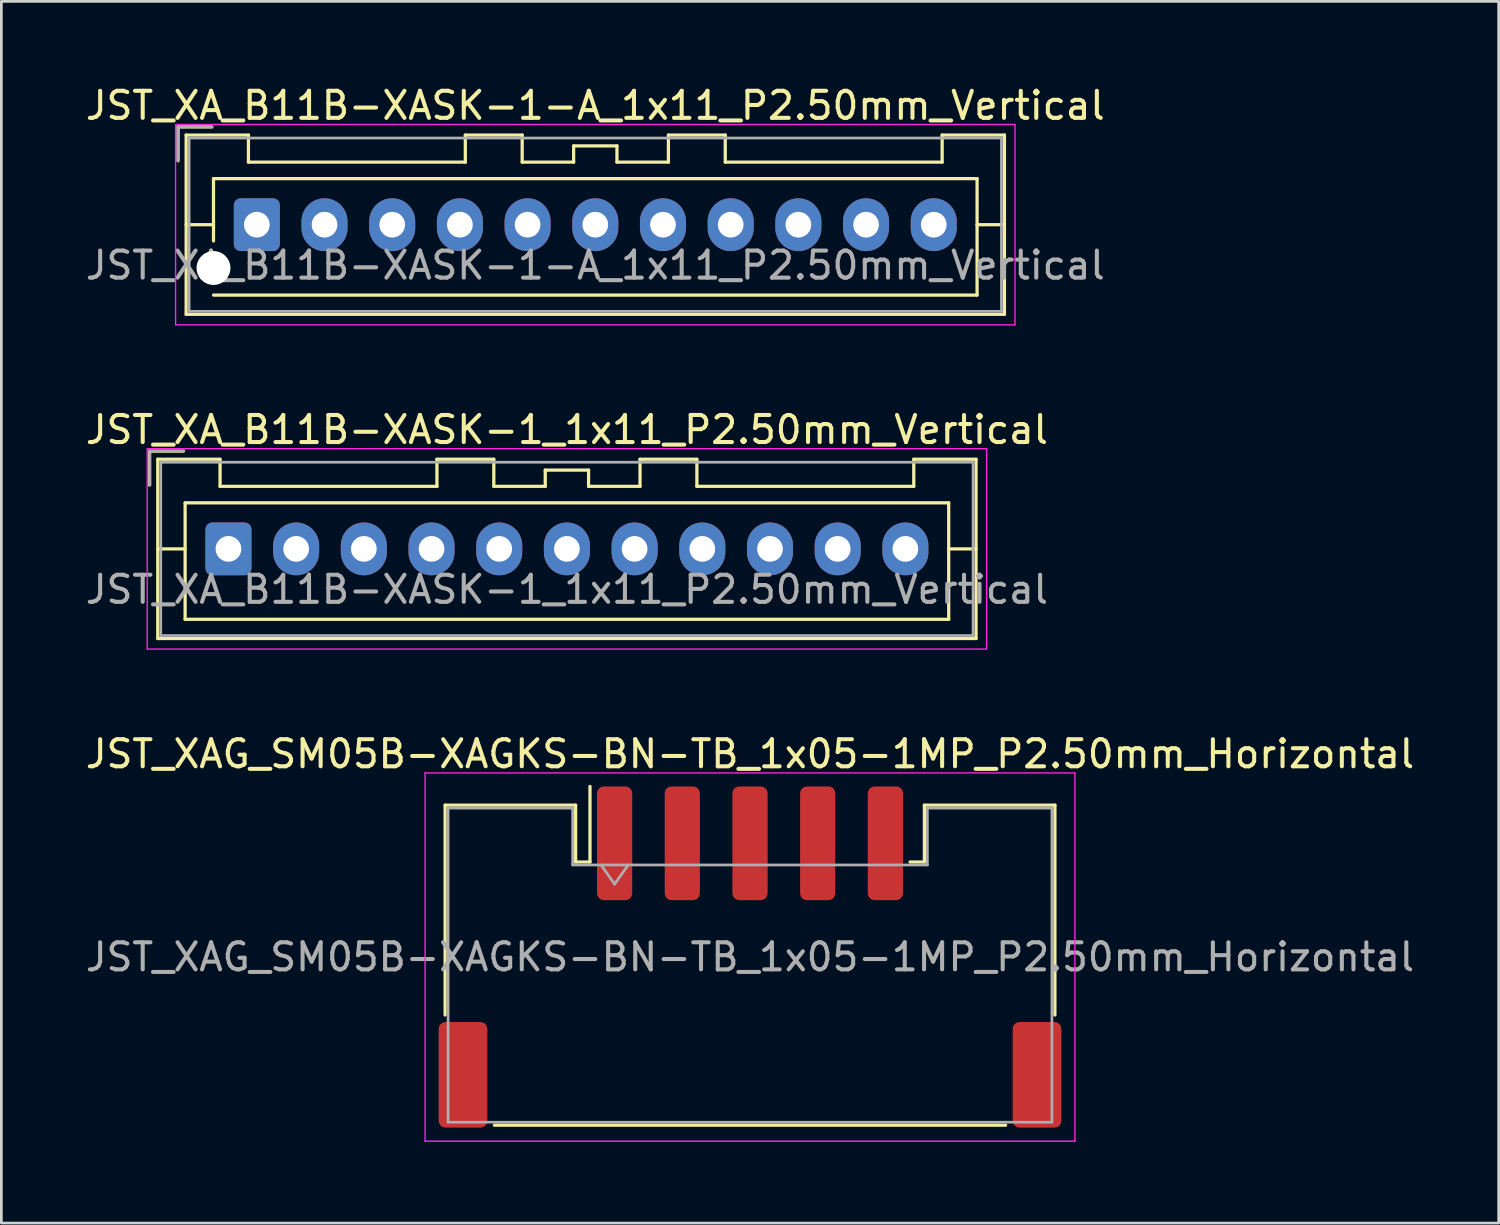
<source format=kicad_pcb>
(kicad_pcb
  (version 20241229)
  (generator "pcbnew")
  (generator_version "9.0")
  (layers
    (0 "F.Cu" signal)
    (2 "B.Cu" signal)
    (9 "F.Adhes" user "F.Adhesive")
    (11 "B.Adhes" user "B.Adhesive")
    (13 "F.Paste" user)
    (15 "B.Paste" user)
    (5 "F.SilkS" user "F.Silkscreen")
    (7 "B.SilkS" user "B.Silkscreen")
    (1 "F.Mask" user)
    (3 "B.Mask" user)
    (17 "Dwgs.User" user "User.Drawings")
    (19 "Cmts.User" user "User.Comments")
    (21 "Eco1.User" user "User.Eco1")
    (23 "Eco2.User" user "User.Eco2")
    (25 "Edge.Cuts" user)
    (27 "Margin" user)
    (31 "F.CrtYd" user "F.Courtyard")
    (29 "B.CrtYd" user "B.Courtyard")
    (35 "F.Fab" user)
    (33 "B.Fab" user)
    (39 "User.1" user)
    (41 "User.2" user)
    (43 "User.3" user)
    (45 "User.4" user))
  (footprint "JST_XA_B11B-XASK-1_1x11_P2.50mm_Vertical"
    (layer "F.Cu")
    (at 5.387 17.221)
    (property "Reference" "JST_XA_B11B-XASK-1_1x11_P2.50mm_Vertical" (at 12.5 -4.4 0) (layer "F.SilkS") (effects (font (size 1 1) (thickness 0.15))))
    (attr through_hole)
    (fp_line (start -2.91 -3.61) (end -2.91 -2.36) (stroke (width 0.12) (type solid)) (layer "F.SilkS"))
    (fp_line (start -2.61 -3.31) (end -2.61 3.31) (stroke (width 0.12) (type solid)) (layer "F.SilkS"))
    (fp_line (start -2.61 0) (end -1.6 0) (stroke (width 0.12) (type solid)) (layer "F.SilkS"))
    (fp_line (start -2.61 3.31) (end 27.61 3.31) (stroke (width 0.12) (type solid)) (layer "F.SilkS"))
    (fp_line (start -1.66 -3.61) (end -2.91 -3.61) (stroke (width 0.12) (type solid)) (layer "F.SilkS"))
    (fp_line (start -1.6 -1.7) (end -1.6 2.6) (stroke (width 0.12) (type solid)) (layer "F.SilkS"))
    (fp_line (start -1.6 2.6) (end 26.6 2.6) (stroke (width 0.12) (type solid)) (layer "F.SilkS"))
    (fp_line (start -0.31 -3.31) (end -2.61 -3.31) (stroke (width 0.12) (type solid)) (layer "F.SilkS"))
    (fp_line (start -0.31 -2.31) (end -0.31 -3.31) (stroke (width 0.12) (type solid)) (layer "F.SilkS"))
    (fp_line (start 7.7 -3.31) (end 7.7 -2.31) (stroke (width 0.12) (type solid)) (layer "F.SilkS"))
    (fp_line (start 7.7 -2.31) (end -0.31 -2.31) (stroke (width 0.12) (type solid)) (layer "F.SilkS"))
    (fp_line (start 9.8 -3.31) (end 7.7 -3.31) (stroke (width 0.12) (type solid)) (layer "F.SilkS"))
    (fp_line (start 9.8 -2.31) (end 9.8 -3.31) (stroke (width 0.12) (type solid)) (layer "F.SilkS"))
    (fp_line (start 11.7 -2.91) (end 11.7 -2.31) (stroke (width 0.12) (type solid)) (layer "F.SilkS"))
    (fp_line (start 11.7 -2.31) (end 9.8 -2.31) (stroke (width 0.12) (type solid)) (layer "F.SilkS"))
    (fp_line (start 13.3 -2.91) (end 11.7 -2.91) (stroke (width 0.12) (type solid)) (layer "F.SilkS"))
    (fp_line (start 13.3 -2.31) (end 13.3 -2.91) (stroke (width 0.12) (type solid)) (layer "F.SilkS"))
    (fp_line (start 15.2 -3.31) (end 15.2 -2.31) (stroke (width 0.12) (type solid)) (layer "F.SilkS"))
    (fp_line (start 15.2 -2.31) (end 13.3 -2.31) (stroke (width 0.12) (type solid)) (layer "F.SilkS"))
    (fp_line (start 17.3 -3.31) (end 15.2 -3.31) (stroke (width 0.12) (type solid)) (layer "F.SilkS"))
    (fp_line (start 17.3 -2.31) (end 17.3 -3.31) (stroke (width 0.12) (type solid)) (layer "F.SilkS"))
    (fp_line (start 25.31 -3.31) (end 25.31 -2.31) (stroke (width 0.12) (type solid)) (layer "F.SilkS"))
    (fp_line (start 25.31 -2.31) (end 17.3 -2.31) (stroke (width 0.12) (type solid)) (layer "F.SilkS"))
    (fp_line (start 26.6 -1.7) (end -1.6 -1.7) (stroke (width 0.12) (type solid)) (layer "F.SilkS"))
    (fp_line (start 26.6 2.6) (end 26.6 -1.7) (stroke (width 0.12) (type solid)) (layer "F.SilkS"))
    (fp_line (start 27.61 -3.31) (end 25.31 -3.31) (stroke (width 0.12) (type solid)) (layer "F.SilkS"))
    (fp_line (start 27.61 0) (end 26.6 0) (stroke (width 0.12) (type solid)) (layer "F.SilkS"))
    (fp_line (start 27.61 3.31) (end 27.61 -3.31) (stroke (width 0.12) (type solid)) (layer "F.SilkS"))
    (fp_line (start -3 -3.7) (end -3 3.7) (stroke (width 0.05) (type solid)) (layer "F.CrtYd"))
    (fp_line (start -3 3.7) (end 28 3.7) (stroke (width 0.05) (type solid)) (layer "F.CrtYd"))
    (fp_line (start 28 -3.7) (end -3 -3.7) (stroke (width 0.05) (type solid)) (layer "F.CrtYd"))
    (fp_line (start 28 3.7) (end 28 -3.7) (stroke (width 0.05) (type solid)) (layer "F.CrtYd"))
    (fp_line (start -2.91 -3.61) (end -2.91 -2.36) (stroke (width 0.1) (type solid)) (layer "F.Fab"))
    (fp_line (start -2.5 -3.2) (end -2.5 3.2) (stroke (width 0.1) (type solid)) (layer "F.Fab"))
    (fp_line (start -2.5 3.2) (end 27.5 3.2) (stroke (width 0.1) (type solid)) (layer "F.Fab"))
    (fp_line (start -1.66 -3.61) (end -2.91 -3.61) (stroke (width 0.1) (type solid)) (layer "F.Fab"))
    (fp_line (start 27.5 -3.2) (end -2.5 -3.2) (stroke (width 0.1) (type solid)) (layer "F.Fab"))
    (fp_line (start 27.5 3.2) (end 27.5 -3.2) (stroke (width 0.1) (type solid)) (layer "F.Fab"))
    (fp_text user "${REFERENCE}" (at 12.5 1.5 0) (layer "F.Fab") (effects (font (size 1 1) (thickness 0.15))))
    (pad "1" thru_hole roundrect (at 0 0) (size 1.7 1.95) (drill 0.95) (layers "*.Cu" "*.Mask") (roundrect_rratio 0.147))
    (pad "2" thru_hole oval (at 2.5 0) (size 1.7 1.95) (drill 0.95) (layers "*.Cu" "*.Mask"))
    (pad "3" thru_hole oval (at 5 0) (size 1.7 1.95) (drill 0.95) (layers "*.Cu" "*.Mask"))
    (pad "4" thru_hole oval (at 7.5 0) (size 1.7 1.95) (drill 0.95) (layers "*.Cu" "*.Mask"))
    (pad "5" thru_hole oval (at 10 0) (size 1.7 1.95) (drill 0.95) (layers "*.Cu" "*.Mask"))
    (pad "6" thru_hole oval (at 12.5 0) (size 1.7 1.95) (drill 0.95) (layers "*.Cu" "*.Mask"))
    (pad "7" thru_hole oval (at 15 0) (size 1.7 1.95) (drill 0.95) (layers "*.Cu" "*.Mask"))
    (pad "8" thru_hole oval (at 17.5 0) (size 1.7 1.95) (drill 0.95) (layers "*.Cu" "*.Mask"))
    (pad "9" thru_hole oval (at 20 0) (size 1.7 1.95) (drill 0.95) (layers "*.Cu" "*.Mask"))
    (pad "10" thru_hole oval (at 22.5 0) (size 1.7 1.95) (drill 0.95) (layers "*.Cu" "*.Mask"))
    (pad "11" thru_hole oval (at 25 0) (size 1.7 1.95) (drill 0.95) (layers "*.Cu" "*.Mask")))
  (footprint "JST_XA_B11B-XASK-1-A_1x11_P2.50mm_Vertical"
    (layer "F.Cu")
    (at 6.435 5.248)
    (property "Reference" "JST_XA_B11B-XASK-1-A_1x11_P2.50mm_Vertical" (at 12.5 -4.4 0) (layer "F.SilkS") (effects (font (size 1 1) (thickness 0.15))))
    (attr through_hole)
    (fp_line (start -2.91 -3.61) (end -2.91 -2.36) (stroke (width 0.12) (type solid)) (layer "F.SilkS"))
    (fp_line (start -2.61 -3.31) (end -2.61 3.31) (stroke (width 0.12) (type solid)) (layer "F.SilkS"))
    (fp_line (start -2.61 0) (end -1.6 0) (stroke (width 0.12) (type solid)) (layer "F.SilkS"))
    (fp_line (start -2.61 3.31) (end 27.61 3.31) (stroke (width 0.12) (type solid)) (layer "F.SilkS"))
    (fp_line (start -1.66 -3.61) (end -2.91 -3.61) (stroke (width 0.12) (type solid)) (layer "F.SilkS"))
    (fp_line (start -1.6 -1.7) (end 26.6 -1.7) (stroke (width 0.12) (type solid)) (layer "F.SilkS"))
    (fp_line (start -1.6 0.6) (end -1.6 -1.7) (stroke (width 0.12) (type solid)) (layer "F.SilkS"))
    (fp_line (start -0.31 -3.31) (end -2.61 -3.31) (stroke (width 0.12) (type solid)) (layer "F.SilkS"))
    (fp_line (start -0.31 -2.31) (end -0.31 -3.31) (stroke (width 0.12) (type solid)) (layer "F.SilkS"))
    (fp_line (start 7.7 -3.31) (end 7.7 -2.31) (stroke (width 0.12) (type solid)) (layer "F.SilkS"))
    (fp_line (start 7.7 -2.31) (end -0.31 -2.31) (stroke (width 0.12) (type solid)) (layer "F.SilkS"))
    (fp_line (start 9.8 -3.31) (end 7.7 -3.31) (stroke (width 0.12) (type solid)) (layer "F.SilkS"))
    (fp_line (start 9.8 -2.31) (end 9.8 -3.31) (stroke (width 0.12) (type solid)) (layer "F.SilkS"))
    (fp_line (start 11.7 -2.91) (end 11.7 -2.31) (stroke (width 0.12) (type solid)) (layer "F.SilkS"))
    (fp_line (start 11.7 -2.31) (end 9.8 -2.31) (stroke (width 0.12) (type solid)) (layer "F.SilkS"))
    (fp_line (start 13.3 -2.91) (end 11.7 -2.91) (stroke (width 0.12) (type solid)) (layer "F.SilkS"))
    (fp_line (start 13.3 -2.31) (end 13.3 -2.91) (stroke (width 0.12) (type solid)) (layer "F.SilkS"))
    (fp_line (start 15.2 -3.31) (end 15.2 -2.31) (stroke (width 0.12) (type solid)) (layer "F.SilkS"))
    (fp_line (start 15.2 -2.31) (end 13.3 -2.31) (stroke (width 0.12) (type solid)) (layer "F.SilkS"))
    (fp_line (start 17.3 -3.31) (end 15.2 -3.31) (stroke (width 0.12) (type solid)) (layer "F.SilkS"))
    (fp_line (start 17.3 -2.31) (end 17.3 -3.31) (stroke (width 0.12) (type solid)) (layer "F.SilkS"))
    (fp_line (start 25.31 -3.31) (end 25.31 -2.31) (stroke (width 0.12) (type solid)) (layer "F.SilkS"))
    (fp_line (start 25.31 -2.31) (end 17.3 -2.31) (stroke (width 0.12) (type solid)) (layer "F.SilkS"))
    (fp_line (start 26.6 -1.7) (end 26.6 2.6) (stroke (width 0.12) (type solid)) (layer "F.SilkS"))
    (fp_line (start 26.6 2.6) (end -1.6 2.6) (stroke (width 0.12) (type solid)) (layer "F.SilkS"))
    (fp_line (start 27.61 -3.31) (end 25.31 -3.31) (stroke (width 0.12) (type solid)) (layer "F.SilkS"))
    (fp_line (start 27.61 0) (end 26.6 0) (stroke (width 0.12) (type solid)) (layer "F.SilkS"))
    (fp_line (start 27.61 3.31) (end 27.61 -3.31) (stroke (width 0.12) (type solid)) (layer "F.SilkS"))
    (fp_line (start -3 -3.7) (end -3 3.7) (stroke (width 0.05) (type solid)) (layer "F.CrtYd"))
    (fp_line (start -3 3.7) (end 28 3.7) (stroke (width 0.05) (type solid)) (layer "F.CrtYd"))
    (fp_line (start 28 -3.7) (end -3 -3.7) (stroke (width 0.05) (type solid)) (layer "F.CrtYd"))
    (fp_line (start 28 3.7) (end 28 -3.7) (stroke (width 0.05) (type solid)) (layer "F.CrtYd"))
    (fp_line (start -2.91 -3.61) (end -2.91 -2.36) (stroke (width 0.1) (type solid)) (layer "F.Fab"))
    (fp_line (start -2.5 -3.2) (end -2.5 3.2) (stroke (width 0.1) (type solid)) (layer "F.Fab"))
    (fp_line (start -2.5 3.2) (end 27.5 3.2) (stroke (width 0.1) (type solid)) (layer "F.Fab"))
    (fp_line (start -1.66 -3.61) (end -2.91 -3.61) (stroke (width 0.1) (type solid)) (layer "F.Fab"))
    (fp_line (start 27.5 -3.2) (end -2.5 -3.2) (stroke (width 0.1) (type solid)) (layer "F.Fab"))
    (fp_line (start 27.5 3.2) (end 27.5 -3.2) (stroke (width 0.1) (type solid)) (layer "F.Fab"))
    (fp_text user "${REFERENCE}" (at 12.5 1.5 0) (layer "F.Fab") (effects (font (size 1 1) (thickness 0.15))))
    (pad "" np_thru_hole circle (at -1.6 1.6) (size 1.25 1.25) (drill 1.25) (layers "*.Cu" "*.Mask"))
    (pad "1" thru_hole roundrect (at 0 0) (size 1.7 1.95) (drill 0.95) (layers "*.Cu" "*.Mask") (roundrect_rratio 0.147))
    (pad "2" thru_hole oval (at 2.5 0) (size 1.7 1.95) (drill 0.95) (layers "*.Cu" "*.Mask"))
    (pad "3" thru_hole oval (at 5 0) (size 1.7 1.95) (drill 0.95) (layers "*.Cu" "*.Mask"))
    (pad "4" thru_hole oval (at 7.5 0) (size 1.7 1.95) (drill 0.95) (layers "*.Cu" "*.Mask"))
    (pad "5" thru_hole oval (at 10 0) (size 1.7 1.95) (drill 0.95) (layers "*.Cu" "*.Mask"))
    (pad "6" thru_hole oval (at 12.5 0) (size 1.7 1.95) (drill 0.95) (layers "*.Cu" "*.Mask"))
    (pad "7" thru_hole oval (at 15 0) (size 1.7 1.95) (drill 0.95) (layers "*.Cu" "*.Mask"))
    (pad "8" thru_hole oval (at 17.5 0) (size 1.7 1.95) (drill 0.95) (layers "*.Cu" "*.Mask"))
    (pad "9" thru_hole oval (at 20 0) (size 1.7 1.95) (drill 0.95) (layers "*.Cu" "*.Mask"))
    (pad "10" thru_hole oval (at 22.5 0) (size 1.7 1.95) (drill 0.95) (layers "*.Cu" "*.Mask"))
    (pad "11" thru_hole oval (at 25 0) (size 1.7 1.95) (drill 0.95) (layers "*.Cu" "*.Mask")))
  (footprint "JST_XAG_SM05B-XAGKS-BN-TB_1x05-1MP_P2.50mm_Horizontal"
    (layer "F.Cu")
    (at 24.649 32.295)
    (property "Reference" "JST_XAG_SM05B-XAGKS-BN-TB_1x05-1MP_P2.50mm_Horizontal" (at 0 -7.5 0) (layer "F.SilkS") (effects (font (size 1 1) (thickness 0.15))))
    (attr smd)
    (fp_line (start -11.26 -5.61) (end -6.44 -5.61) (stroke (width 0.12) (type solid)) (layer "F.SilkS"))
    (fp_line (start -11.26 2.14) (end -11.26 -5.61) (stroke (width 0.12) (type solid)) (layer "F.SilkS"))
    (fp_line (start -9.44 6.21) (end 9.44 6.21) (stroke (width 0.12) (type solid)) (layer "F.SilkS"))
    (fp_line (start -6.44 -5.61) (end -6.44 -3.51) (stroke (width 0.12) (type solid)) (layer "F.SilkS"))
    (fp_line (start -6.44 -3.51) (end -5.91 -3.51) (stroke (width 0.12) (type solid)) (layer "F.SilkS"))
    (fp_line (start -5.91 -3.51) (end -5.91 -6.3) (stroke (width 0.12) (type solid)) (layer "F.SilkS"))
    (fp_line (start 6.44 -5.61) (end 6.44 -3.51) (stroke (width 0.12) (type solid)) (layer "F.SilkS"))
    (fp_line (start 6.44 -3.51) (end 5.91 -3.51) (stroke (width 0.12) (type solid)) (layer "F.SilkS"))
    (fp_line (start 11.26 -5.61) (end 6.44 -5.61) (stroke (width 0.12) (type solid)) (layer "F.SilkS"))
    (fp_line (start 11.26 2.14) (end 11.26 -5.61) (stroke (width 0.12) (type solid)) (layer "F.SilkS"))
    (fp_line (start -12 -6.8) (end -12 6.8) (stroke (width 0.05) (type solid)) (layer "F.CrtYd"))
    (fp_line (start -12 6.8) (end 12 6.8) (stroke (width 0.05) (type solid)) (layer "F.CrtYd"))
    (fp_line (start 12 -6.8) (end -12 -6.8) (stroke (width 0.05) (type solid)) (layer "F.CrtYd"))
    (fp_line (start 12 6.8) (end 12 -6.8) (stroke (width 0.05) (type solid)) (layer "F.CrtYd"))
    (fp_line (start -11.15 -5.5) (end -11.15 6.1) (stroke (width 0.1) (type solid)) (layer "F.Fab"))
    (fp_line (start -11.15 -5.5) (end -6.55 -5.5) (stroke (width 0.1) (type solid)) (layer "F.Fab"))
    (fp_line (start -11.15 6.1) (end 11.15 6.1) (stroke (width 0.1) (type solid)) (layer "F.Fab"))
    (fp_line (start -6.55 -5.5) (end -6.55 -3.4) (stroke (width 0.1) (type solid)) (layer "F.Fab"))
    (fp_line (start -6.55 -3.4) (end 6.55 -3.4) (stroke (width 0.1) (type solid)) (layer "F.Fab"))
    (fp_line (start -5.5 -3.4) (end -5 -2.693) (stroke (width 0.1) (type solid)) (layer "F.Fab"))
    (fp_line (start -5 -2.693) (end -4.5 -3.4) (stroke (width 0.1) (type solid)) (layer "F.Fab"))
    (fp_line (start 6.55 -5.5) (end 11.15 -5.5) (stroke (width 0.1) (type solid)) (layer "F.Fab"))
    (fp_line (start 6.55 -3.4) (end 6.55 -5.5) (stroke (width 0.1) (type solid)) (layer "F.Fab"))
    (fp_line (start 11.15 -5.5) (end 11.15 6.1) (stroke (width 0.1) (type solid)) (layer "F.Fab"))
    (fp_text user "${REFERENCE}" (at 0 0 0) (layer "F.Fab") (effects (font (size 1 1) (thickness 0.15))))
    (pad "1" smd roundrect (at -5 -4.2) (size 1.3 4.2) (layers "F.Cu" "F.Mask" "F.Paste") (roundrect_rratio 0.192))
    (pad "2" smd roundrect (at -2.5 -4.2) (size 1.3 4.2) (layers "F.Cu" "F.Mask" "F.Paste") (roundrect_rratio 0.192))
    (pad "3" smd roundrect (at 0 -4.2) (size 1.3 4.2) (layers "F.Cu" "F.Mask" "F.Paste") (roundrect_rratio 0.192))
    (pad "4" smd roundrect (at 2.5 -4.2) (size 1.3 4.2) (layers "F.Cu" "F.Mask" "F.Paste") (roundrect_rratio 0.192))
    (pad "5" smd roundrect (at 5 -4.2) (size 1.3 4.2) (layers "F.Cu" "F.Mask" "F.Paste") (roundrect_rratio 0.192))
    (pad "MP" smd roundrect (at -10.6 4.35) (size 1.8 3.9) (layers "F.Cu" "F.Mask" "F.Paste") (roundrect_rratio 0.139))
    (pad "MP" smd roundrect (at 10.6 4.35) (size 1.8 3.9) (layers "F.Cu" "F.Mask" "F.Paste") (roundrect_rratio 0.139)))
  (gr_rect
    (start -3 -3)
    (end 52.298 42.12)
    (stroke (width 0.1) (type default))
    (fill no)
    (layer "Edge.Cuts")))
</source>
